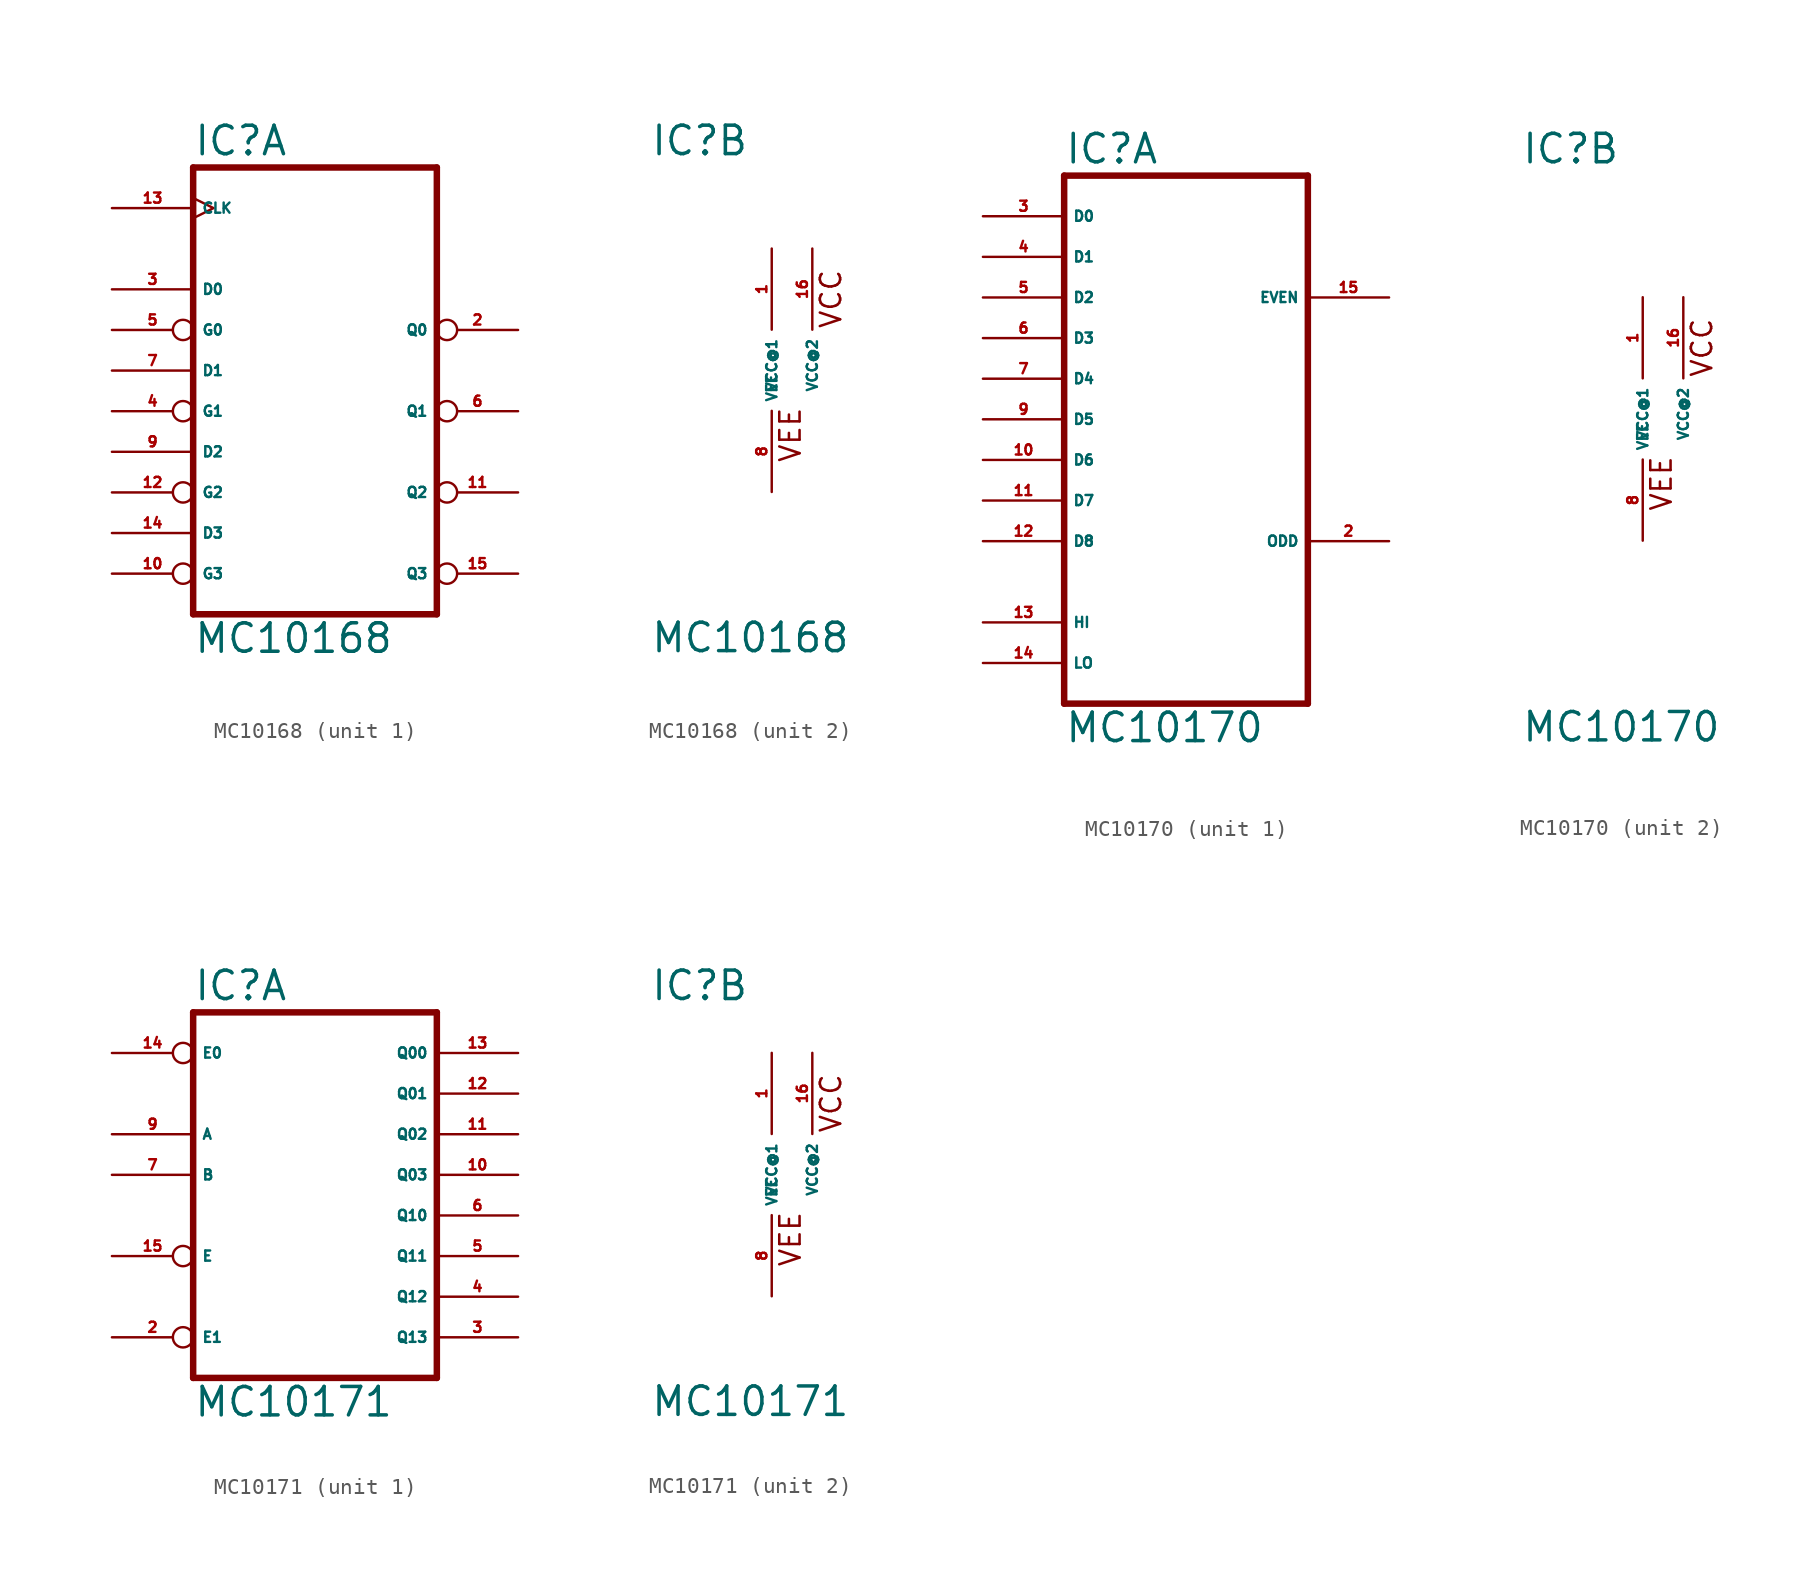
<source format=kicad_sym>
(kicad_symbol_lib
  (version 20220914)
  (generator Eagle2Kicad)
  (symbol "MC10168"
    (property "Reference" "IC"
      (at -7.62 13.335 0)
      (effects (font (size 1.778 1.778) (thickness 0.22)) (justify left bottom)))
    (property "Value" "MC10168"
      (at -7.62 -17.78 0)
      (effects (font (size 1.778 1.778) (thickness 0.22)) (justify left bottom)))
    (symbol "MC10168_1_0"
      (polyline (pts (xy -7.62 -15.24) (xy 7.62 -15.24)) (stroke (width 0.406) (type default)) (fill (type none)))
      (polyline (pts (xy 7.62 -15.24) (xy 7.62 12.7)) (stroke (width 0.406) (type default)) (fill (type none)))
      (polyline (pts (xy 7.62 12.7) (xy -7.62 12.7)) (stroke (width 0.406) (type default)) (fill (type none)))
      (polyline (pts (xy -7.62 12.7) (xy -7.62 -15.24)) (stroke (width 0.406) (type default)) (fill (type none)))
      (pin output inverted (at 12.7 2.54 180) (length 5.08) (name "Q0" (effects (font (size 0.635 0.635) (thickness 0.08)) (justify left bottom))) (number "2" (effects (font (size 0.635 0.635) (thickness 0.08)) (justify left bottom))))
      (pin input line (at -12.7 5.08 0) (length 5.08) (name "D0" (effects (font (size 0.635 0.635) (thickness 0.08)) (justify left bottom))) (number "3" (effects (font (size 0.635 0.635) (thickness 0.08)) (justify left bottom))))
      (pin input inverted (at -12.7 -2.54 0) (length 5.08) (name "G1" (effects (font (size 0.635 0.635) (thickness 0.08)) (justify left bottom))) (number "4" (effects (font (size 0.635 0.635) (thickness 0.08)) (justify left bottom))))
      (pin input inverted (at -12.7 2.54 0) (length 5.08) (name "G0" (effects (font (size 0.635 0.635) (thickness 0.08)) (justify left bottom))) (number "5" (effects (font (size 0.635 0.635) (thickness 0.08)) (justify left bottom))))
      (pin output inverted (at 12.7 -2.54 180) (length 5.08) (name "Q1" (effects (font (size 0.635 0.635) (thickness 0.08)) (justify left bottom))) (number "6" (effects (font (size 0.635 0.635) (thickness 0.08)) (justify left bottom))))
      (pin input line (at -12.7 0 0) (length 5.08) (name "D1" (effects (font (size 0.635 0.635) (thickness 0.08)) (justify left bottom))) (number "7" (effects (font (size 0.635 0.635) (thickness 0.08)) (justify left bottom))))
      (pin input line (at -12.7 -5.08 0) (length 5.08) (name "D2" (effects (font (size 0.635 0.635) (thickness 0.08)) (justify left bottom))) (number "9" (effects (font (size 0.635 0.635) (thickness 0.08)) (justify left bottom))))
      (pin input inverted (at -12.7 -12.7 0) (length 5.08) (name "G3" (effects (font (size 0.635 0.635) (thickness 0.08)) (justify left bottom))) (number "10" (effects (font (size 0.635 0.635) (thickness 0.08)) (justify left bottom))))
      (pin output inverted (at 12.7 -7.62 180) (length 5.08) (name "Q2" (effects (font (size 0.635 0.635) (thickness 0.08)) (justify left bottom))) (number "11" (effects (font (size 0.635 0.635) (thickness 0.08)) (justify left bottom))))
      (pin input inverted (at -12.7 -7.62 0) (length 5.08) (name "G2" (effects (font (size 0.635 0.635) (thickness 0.08)) (justify left bottom))) (number "12" (effects (font (size 0.635 0.635) (thickness 0.08)) (justify left bottom))))
      (pin input clock (at -12.7 10.16 0) (length 5.08) (name "CLK" (effects (font (size 0.635 0.635) (thickness 0.08)) (justify left bottom))) (number "13" (effects (font (size 0.635 0.635) (thickness 0.08)) (justify left bottom))))
      (pin input line (at -12.7 -10.16 0) (length 5.08) (name "D3" (effects (font (size 0.635 0.635) (thickness 0.08)) (justify left bottom))) (number "14" (effects (font (size 0.635 0.635) (thickness 0.08)) (justify left bottom))))
      (pin output inverted (at 12.7 -12.7 180) (length 5.08) (name "Q3" (effects (font (size 0.635 0.635) (thickness 0.08)) (justify left bottom))) (number "15" (effects (font (size 0.635 0.635) (thickness 0.08)) (justify left bottom)))))
    (symbol "MC10168_2_0"
      (text "VCC" (at 4.445 2.54 900) (effects (font (size 1.27 1.27) (thickness 0.16)) (justify left bottom)))
      (text "VEE" (at 1.905 -5.842 900) (effects (font (size 1.27 1.27) (thickness 0.16)) (justify left bottom)))
      (pin unspecified line (at 0 -7.62 90) (length 5.08) (name "VEE" (effects (font (size 0.635 0.635) (thickness 0.08)) (justify left bottom))) (number "8" (effects (font (size 0.635 0.635) (thickness 0.08)) (justify left bottom))))
      (pin unspecified line (at 0 7.62 270) (length 5.08) (name "VCC@1" (effects (font (size 0.635 0.635) (thickness 0.08)) (justify left bottom))) (number "1" (effects (font (size 0.635 0.635) (thickness 0.08)) (justify left bottom))))
      (pin unspecified line (at 2.54 7.62 270) (length 5.08) (name "VCC@2" (effects (font (size 0.635 0.635) (thickness 0.08)) (justify left bottom))) (number "16" (effects (font (size 0.635 0.635) (thickness 0.08)) (justify left bottom))))))
  (symbol "MC10170"
    (property "Reference" "IC"
      (at -7.62 15.875 0)
      (effects (font (size 1.778 1.778) (thickness 0.22)) (justify left bottom)))
    (property "Value" "MC10170"
      (at -7.62 -20.32 0)
      (effects (font (size 1.778 1.778) (thickness 0.22)) (justify left bottom)))
    (symbol "MC10170_1_0"
      (polyline (pts (xy -7.62 -17.78) (xy 7.62 -17.78)) (stroke (width 0.406) (type default)) (fill (type none)))
      (polyline (pts (xy 7.62 -17.78) (xy 7.62 15.24)) (stroke (width 0.406) (type default)) (fill (type none)))
      (polyline (pts (xy 7.62 15.24) (xy -7.62 15.24)) (stroke (width 0.406) (type default)) (fill (type none)))
      (polyline (pts (xy -7.62 15.24) (xy -7.62 -17.78)) (stroke (width 0.406) (type default)) (fill (type none)))
      (pin output line (at 12.7 -7.62 180) (length 5.08) (name "ODD" (effects (font (size 0.635 0.635) (thickness 0.08)) (justify left bottom))) (number "2" (effects (font (size 0.635 0.635) (thickness 0.08)) (justify left bottom))))
      (pin input line (at -12.7 12.7 0) (length 5.08) (name "D0" (effects (font (size 0.635 0.635) (thickness 0.08)) (justify left bottom))) (number "3" (effects (font (size 0.635 0.635) (thickness 0.08)) (justify left bottom))))
      (pin input line (at -12.7 10.16 0) (length 5.08) (name "D1" (effects (font (size 0.635 0.635) (thickness 0.08)) (justify left bottom))) (number "4" (effects (font (size 0.635 0.635) (thickness 0.08)) (justify left bottom))))
      (pin input line (at -12.7 7.62 0) (length 5.08) (name "D2" (effects (font (size 0.635 0.635) (thickness 0.08)) (justify left bottom))) (number "5" (effects (font (size 0.635 0.635) (thickness 0.08)) (justify left bottom))))
      (pin input line (at -12.7 5.08 0) (length 5.08) (name "D3" (effects (font (size 0.635 0.635) (thickness 0.08)) (justify left bottom))) (number "6" (effects (font (size 0.635 0.635) (thickness 0.08)) (justify left bottom))))
      (pin input line (at -12.7 2.54 0) (length 5.08) (name "D4" (effects (font (size 0.635 0.635) (thickness 0.08)) (justify left bottom))) (number "7" (effects (font (size 0.635 0.635) (thickness 0.08)) (justify left bottom))))
      (pin input line (at -12.7 0 0) (length 5.08) (name "D5" (effects (font (size 0.635 0.635) (thickness 0.08)) (justify left bottom))) (number "9" (effects (font (size 0.635 0.635) (thickness 0.08)) (justify left bottom))))
      (pin input line (at -12.7 -2.54 0) (length 5.08) (name "D6" (effects (font (size 0.635 0.635) (thickness 0.08)) (justify left bottom))) (number "10" (effects (font (size 0.635 0.635) (thickness 0.08)) (justify left bottom))))
      (pin input line (at -12.7 -5.08 0) (length 5.08) (name "D7" (effects (font (size 0.635 0.635) (thickness 0.08)) (justify left bottom))) (number "11" (effects (font (size 0.635 0.635) (thickness 0.08)) (justify left bottom))))
      (pin input line (at -12.7 -7.62 0) (length 5.08) (name "D8" (effects (font (size 0.635 0.635) (thickness 0.08)) (justify left bottom))) (number "12" (effects (font (size 0.635 0.635) (thickness 0.08)) (justify left bottom))))
      (pin input line (at -12.7 -12.7 0) (length 5.08) (name "HI" (effects (font (size 0.635 0.635) (thickness 0.08)) (justify left bottom))) (number "13" (effects (font (size 0.635 0.635) (thickness 0.08)) (justify left bottom))))
      (pin input line (at -12.7 -15.24 0) (length 5.08) (name "LO" (effects (font (size 0.635 0.635) (thickness 0.08)) (justify left bottom))) (number "14" (effects (font (size 0.635 0.635) (thickness 0.08)) (justify left bottom))))
      (pin output line (at 12.7 7.62 180) (length 5.08) (name "EVEN" (effects (font (size 0.635 0.635) (thickness 0.08)) (justify left bottom))) (number "15" (effects (font (size 0.635 0.635) (thickness 0.08)) (justify left bottom)))))
    (symbol "MC10170_2_0"
      (text "VCC" (at 4.445 2.54 900) (effects (font (size 1.27 1.27) (thickness 0.16)) (justify left bottom)))
      (text "VEE" (at 1.905 -5.842 900) (effects (font (size 1.27 1.27) (thickness 0.16)) (justify left bottom)))
      (pin unspecified line (at 0 -7.62 90) (length 5.08) (name "VEE" (effects (font (size 0.635 0.635) (thickness 0.08)) (justify left bottom))) (number "8" (effects (font (size 0.635 0.635) (thickness 0.08)) (justify left bottom))))
      (pin unspecified line (at 0 7.62 270) (length 5.08) (name "VCC@1" (effects (font (size 0.635 0.635) (thickness 0.08)) (justify left bottom))) (number "1" (effects (font (size 0.635 0.635) (thickness 0.08)) (justify left bottom))))
      (pin unspecified line (at 2.54 7.62 270) (length 5.08) (name "VCC@2" (effects (font (size 0.635 0.635) (thickness 0.08)) (justify left bottom))) (number "16" (effects (font (size 0.635 0.635) (thickness 0.08)) (justify left bottom))))))
  (symbol "MC10171"
    (property "Reference" "IC"
      (at -7.62 10.795 0)
      (effects (font (size 1.778 1.778) (thickness 0.22)) (justify left bottom)))
    (property "Value" "MC10171"
      (at -7.62 -15.24 0)
      (effects (font (size 1.778 1.778) (thickness 0.22)) (justify left bottom)))
    (symbol "MC10171_1_0"
      (polyline (pts (xy -7.62 -12.7) (xy 7.62 -12.7)) (stroke (width 0.406) (type default)) (fill (type none)))
      (polyline (pts (xy 7.62 -12.7) (xy 7.62 10.16)) (stroke (width 0.406) (type default)) (fill (type none)))
      (polyline (pts (xy 7.62 10.16) (xy -7.62 10.16)) (stroke (width 0.406) (type default)) (fill (type none)))
      (polyline (pts (xy -7.62 10.16) (xy -7.62 -12.7)) (stroke (width 0.406) (type default)) (fill (type none)))
      (pin input inverted (at -12.7 -10.16 0) (length 5.08) (name "E1" (effects (font (size 0.635 0.635) (thickness 0.08)) (justify left bottom))) (number "2" (effects (font (size 0.635 0.635) (thickness 0.08)) (justify left bottom))))
      (pin output line (at 12.7 -10.16 180) (length 5.08) (name "Q13" (effects (font (size 0.635 0.635) (thickness 0.08)) (justify left bottom))) (number "3" (effects (font (size 0.635 0.635) (thickness 0.08)) (justify left bottom))))
      (pin output line (at 12.7 -7.62 180) (length 5.08) (name "Q12" (effects (font (size 0.635 0.635) (thickness 0.08)) (justify left bottom))) (number "4" (effects (font (size 0.635 0.635) (thickness 0.08)) (justify left bottom))))
      (pin output line (at 12.7 -5.08 180) (length 5.08) (name "Q11" (effects (font (size 0.635 0.635) (thickness 0.08)) (justify left bottom))) (number "5" (effects (font (size 0.635 0.635) (thickness 0.08)) (justify left bottom))))
      (pin output line (at 12.7 -2.54 180) (length 5.08) (name "Q10" (effects (font (size 0.635 0.635) (thickness 0.08)) (justify left bottom))) (number "6" (effects (font (size 0.635 0.635) (thickness 0.08)) (justify left bottom))))
      (pin input line (at -12.7 0 0) (length 5.08) (name "B" (effects (font (size 0.635 0.635) (thickness 0.08)) (justify left bottom))) (number "7" (effects (font (size 0.635 0.635) (thickness 0.08)) (justify left bottom))))
      (pin input line (at -12.7 2.54 0) (length 5.08) (name "A" (effects (font (size 0.635 0.635) (thickness 0.08)) (justify left bottom))) (number "9" (effects (font (size 0.635 0.635) (thickness 0.08)) (justify left bottom))))
      (pin output line (at 12.7 0 180) (length 5.08) (name "Q03" (effects (font (size 0.635 0.635) (thickness 0.08)) (justify left bottom))) (number "10" (effects (font (size 0.635 0.635) (thickness 0.08)) (justify left bottom))))
      (pin output line (at 12.7 2.54 180) (length 5.08) (name "Q02" (effects (font (size 0.635 0.635) (thickness 0.08)) (justify left bottom))) (number "11" (effects (font (size 0.635 0.635) (thickness 0.08)) (justify left bottom))))
      (pin output line (at 12.7 5.08 180) (length 5.08) (name "Q01" (effects (font (size 0.635 0.635) (thickness 0.08)) (justify left bottom))) (number "12" (effects (font (size 0.635 0.635) (thickness 0.08)) (justify left bottom))))
      (pin output line (at 12.7 7.62 180) (length 5.08) (name "Q00" (effects (font (size 0.635 0.635) (thickness 0.08)) (justify left bottom))) (number "13" (effects (font (size 0.635 0.635) (thickness 0.08)) (justify left bottom))))
      (pin input inverted (at -12.7 7.62 0) (length 5.08) (name "E0" (effects (font (size 0.635 0.635) (thickness 0.08)) (justify left bottom))) (number "14" (effects (font (size 0.635 0.635) (thickness 0.08)) (justify left bottom))))
      (pin input inverted (at -12.7 -5.08 0) (length 5.08) (name "E" (effects (font (size 0.635 0.635) (thickness 0.08)) (justify left bottom))) (number "15" (effects (font (size 0.635 0.635) (thickness 0.08)) (justify left bottom)))))
    (symbol "MC10171_2_0"
      (text "VCC" (at 4.445 2.54 900) (effects (font (size 1.27 1.27) (thickness 0.16)) (justify left bottom)))
      (text "VEE" (at 1.905 -5.842 900) (effects (font (size 1.27 1.27) (thickness 0.16)) (justify left bottom)))
      (pin unspecified line (at 0 -7.62 90) (length 5.08) (name "VEE" (effects (font (size 0.635 0.635) (thickness 0.08)) (justify left bottom))) (number "8" (effects (font (size 0.635 0.635) (thickness 0.08)) (justify left bottom))))
      (pin unspecified line (at 0 7.62 270) (length 5.08) (name "VCC@1" (effects (font (size 0.635 0.635) (thickness 0.08)) (justify left bottom))) (number "1" (effects (font (size 0.635 0.635) (thickness 0.08)) (justify left bottom))))
      (pin unspecified line (at 2.54 7.62 270) (length 5.08) (name "VCC@2" (effects (font (size 0.635 0.635) (thickness 0.08)) (justify left bottom))) (number "16" (effects (font (size 0.635 0.635) (thickness 0.08)) (justify left bottom)))))))
</source>
